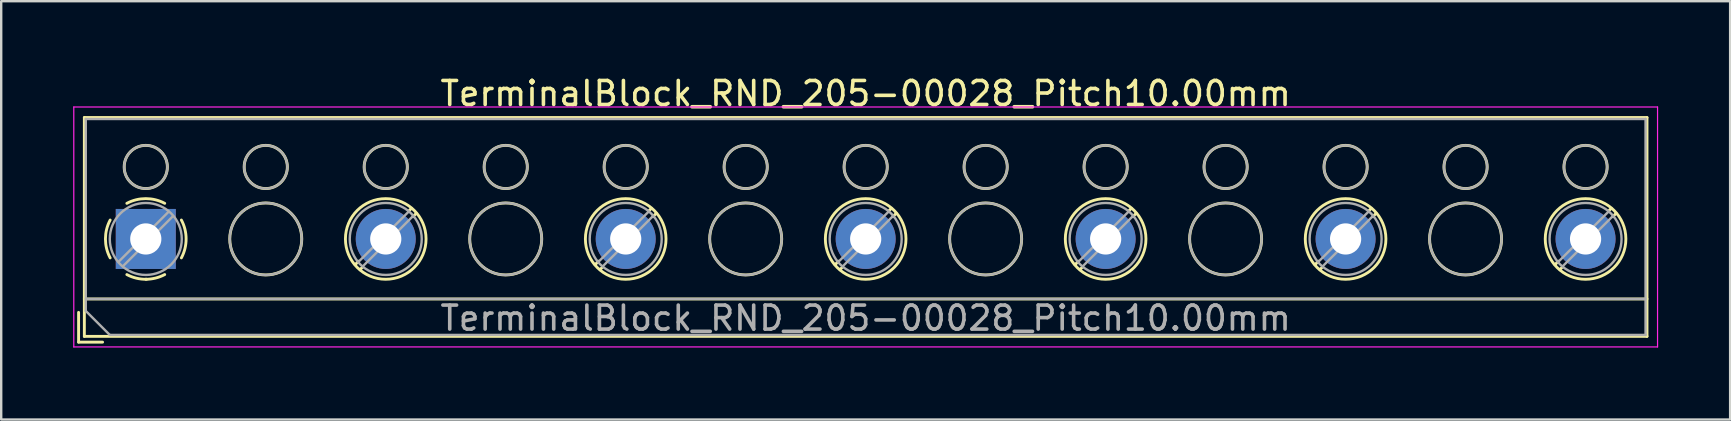
<source format=kicad_pcb>
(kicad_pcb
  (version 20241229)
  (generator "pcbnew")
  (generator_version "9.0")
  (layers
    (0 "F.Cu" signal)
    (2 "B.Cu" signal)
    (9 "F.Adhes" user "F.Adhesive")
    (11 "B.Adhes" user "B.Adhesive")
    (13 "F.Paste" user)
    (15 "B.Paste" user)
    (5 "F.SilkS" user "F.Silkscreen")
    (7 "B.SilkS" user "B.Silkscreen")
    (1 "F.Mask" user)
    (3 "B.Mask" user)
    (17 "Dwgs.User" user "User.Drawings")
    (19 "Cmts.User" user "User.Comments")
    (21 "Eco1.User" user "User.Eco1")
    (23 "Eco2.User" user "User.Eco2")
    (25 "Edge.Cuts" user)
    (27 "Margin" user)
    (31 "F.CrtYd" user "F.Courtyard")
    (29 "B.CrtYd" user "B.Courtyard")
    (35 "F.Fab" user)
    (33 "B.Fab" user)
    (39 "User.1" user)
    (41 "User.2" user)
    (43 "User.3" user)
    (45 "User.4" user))
  (footprint "TerminalBlock_RND_205-00028_Pitch10.00mm"
    (layer "F.Cu")
    (at 3.025 6.908)
    (property "Reference" "TerminalBlock_RND_205-00028_Pitch10.00mm" (at 30 -6.06 0) (layer "F.SilkS") (effects (font (size 1 1) (thickness 0.15))))
    (attr through_hole)
    (fp_line (start -2.8 3.06) (end -2.8 4.3) (stroke (width 0.12) (type solid)) (layer "F.SilkS"))
    (fp_line (start -2.8 4.3) (end -1.8 4.3) (stroke (width 0.12) (type solid)) (layer "F.SilkS"))
    (fp_line (start -2.56 -5.06) (end -2.56 4.06) (stroke (width 0.12) (type solid)) (layer "F.SilkS"))
    (fp_line (start -2.56 2.5) (end 62.56 2.5) (stroke (width 0.12) (type solid)) (layer "F.SilkS"))
    (fp_line (start -2.56 4.06) (end 62.56 4.06) (stroke (width 0.12) (type solid)) (layer "F.SilkS"))
    (fp_line (start 8.867 0.929) (end 8.726 1.069) (stroke (width 0.12) (type solid)) (layer "F.SilkS"))
    (fp_line (start 9.037 1.169) (end 8.931 1.274) (stroke (width 0.12) (type solid)) (layer "F.SilkS"))
    (fp_line (start 11.07 -1.275) (end 10.964 -1.169) (stroke (width 0.12) (type solid)) (layer "F.SilkS"))
    (fp_line (start 11.275 -1.069) (end 11.134 -0.929) (stroke (width 0.12) (type solid)) (layer "F.SilkS"))
    (fp_line (start 18.867 0.929) (end 18.726 1.069) (stroke (width 0.12) (type solid)) (layer "F.SilkS"))
    (fp_line (start 19.037 1.169) (end 18.931 1.274) (stroke (width 0.12) (type solid)) (layer "F.SilkS"))
    (fp_line (start 21.07 -1.275) (end 20.964 -1.169) (stroke (width 0.12) (type solid)) (layer "F.SilkS"))
    (fp_line (start 21.275 -1.069) (end 21.134 -0.929) (stroke (width 0.12) (type solid)) (layer "F.SilkS"))
    (fp_line (start 28.867 0.929) (end 28.726 1.069) (stroke (width 0.12) (type solid)) (layer "F.SilkS"))
    (fp_line (start 29.037 1.169) (end 28.931 1.274) (stroke (width 0.12) (type solid)) (layer "F.SilkS"))
    (fp_line (start 31.07 -1.275) (end 30.964 -1.169) (stroke (width 0.12) (type solid)) (layer "F.SilkS"))
    (fp_line (start 31.275 -1.069) (end 31.134 -0.929) (stroke (width 0.12) (type solid)) (layer "F.SilkS"))
    (fp_line (start 38.867 0.929) (end 38.726 1.069) (stroke (width 0.12) (type solid)) (layer "F.SilkS"))
    (fp_line (start 39.037 1.169) (end 38.931 1.274) (stroke (width 0.12) (type solid)) (layer "F.SilkS"))
    (fp_line (start 41.07 -1.275) (end 40.964 -1.169) (stroke (width 0.12) (type solid)) (layer "F.SilkS"))
    (fp_line (start 41.275 -1.069) (end 41.134 -0.929) (stroke (width 0.12) (type solid)) (layer "F.SilkS"))
    (fp_line (start 48.867 0.929) (end 48.726 1.069) (stroke (width 0.12) (type solid)) (layer "F.SilkS"))
    (fp_line (start 49.037 1.169) (end 48.931 1.274) (stroke (width 0.12) (type solid)) (layer "F.SilkS"))
    (fp_line (start 51.07 -1.275) (end 50.964 -1.169) (stroke (width 0.12) (type solid)) (layer "F.SilkS"))
    (fp_line (start 51.275 -1.069) (end 51.134 -0.929) (stroke (width 0.12) (type solid)) (layer "F.SilkS"))
    (fp_line (start 58.867 0.929) (end 58.726 1.069) (stroke (width 0.12) (type solid)) (layer "F.SilkS"))
    (fp_line (start 59.037 1.169) (end 58.931 1.274) (stroke (width 0.12) (type solid)) (layer "F.SilkS"))
    (fp_line (start 61.07 -1.275) (end 60.964 -1.169) (stroke (width 0.12) (type solid)) (layer "F.SilkS"))
    (fp_line (start 61.275 -1.069) (end 61.134 -0.929) (stroke (width 0.12) (type solid)) (layer "F.SilkS"))
    (fp_line (start 62.56 -5.06) (end -2.56 -5.06) (stroke (width 0.12) (type solid)) (layer "F.SilkS"))
    (fp_line (start 62.56 4.06) (end 62.56 -5.06) (stroke (width 0.12) (type solid)) (layer "F.SilkS"))
    (fp_arc (start -1.483953 0.789089) (mid -1.680708 0.00005) (end -1.484 -0.789) (stroke (width 0.12) (type solid)) (layer "F.SilkS"))
    (fp_arc (start -0.789089 -1.483953) (mid -0.00005 -1.680708) (end 0.789 -1.484) (stroke (width 0.12) (type solid)) (layer "F.SilkS"))
    (fp_arc (start 0.029383 1.68045) (mid -0.392304 1.634281) (end -0.789 1.484) (stroke (width 0.12) (type solid)) (layer "F.SilkS"))
    (fp_arc (start 0.788712 1.483352) (mid 0.406429 1.630097) (end 0 1.68) (stroke (width 0.12) (type solid)) (layer "F.SilkS"))
    (fp_arc (start 1.483953 -0.789089) (mid 1.680708 -0.00005) (end 1.484 0.789) (stroke (width 0.12) (type solid)) (layer "F.SilkS"))
    (fp_circle (center 0 -3) (end 0.9 -3) (stroke (width 0.12) (type solid)) (fill no) (layer "F.SilkS"))
    (fp_circle (center 5 -3) (end 5.9 -3) (stroke (width 0.12) (type solid)) (fill no) (layer "F.SilkS"))
    (fp_circle (center 5 0) (end 6.5 0) (stroke (width 0.12) (type solid)) (fill no) (layer "F.SilkS"))
    (fp_circle (center 10 -3) (end 10.9 -3) (stroke (width 0.12) (type solid)) (fill no) (layer "F.SilkS"))
    (fp_circle (center 10 0) (end 11.68 0) (stroke (width 0.12) (type solid)) (fill no) (layer "F.SilkS"))
    (fp_circle (center 15 -3) (end 15.9 -3) (stroke (width 0.12) (type solid)) (fill no) (layer "F.SilkS"))
    (fp_circle (center 15 0) (end 16.5 0) (stroke (width 0.12) (type solid)) (fill no) (layer "F.SilkS"))
    (fp_circle (center 20 -3) (end 20.9 -3) (stroke (width 0.12) (type solid)) (fill no) (layer "F.SilkS"))
    (fp_circle (center 20 0) (end 21.68 0) (stroke (width 0.12) (type solid)) (fill no) (layer "F.SilkS"))
    (fp_circle (center 25 -3) (end 25.9 -3) (stroke (width 0.12) (type solid)) (fill no) (layer "F.SilkS"))
    (fp_circle (center 25 0) (end 26.5 0) (stroke (width 0.12) (type solid)) (fill no) (layer "F.SilkS"))
    (fp_circle (center 30 -3) (end 30.9 -3) (stroke (width 0.12) (type solid)) (fill no) (layer "F.SilkS"))
    (fp_circle (center 30 0) (end 31.68 0) (stroke (width 0.12) (type solid)) (fill no) (layer "F.SilkS"))
    (fp_circle (center 35 -3) (end 35.9 -3) (stroke (width 0.12) (type solid)) (fill no) (layer "F.SilkS"))
    (fp_circle (center 35 0) (end 36.5 0) (stroke (width 0.12) (type solid)) (fill no) (layer "F.SilkS"))
    (fp_circle (center 40 -3) (end 40.9 -3) (stroke (width 0.12) (type solid)) (fill no) (layer "F.SilkS"))
    (fp_circle (center 40 0) (end 41.68 0) (stroke (width 0.12) (type solid)) (fill no) (layer "F.SilkS"))
    (fp_circle (center 45 -3) (end 45.9 -3) (stroke (width 0.12) (type solid)) (fill no) (layer "F.SilkS"))
    (fp_circle (center 45 0) (end 46.5 0) (stroke (width 0.12) (type solid)) (fill no) (layer "F.SilkS"))
    (fp_circle (center 50 -3) (end 50.9 -3) (stroke (width 0.12) (type solid)) (fill no) (layer "F.SilkS"))
    (fp_circle (center 50 0) (end 51.68 0) (stroke (width 0.12) (type solid)) (fill no) (layer "F.SilkS"))
    (fp_circle (center 55 -3) (end 55.9 -3) (stroke (width 0.12) (type solid)) (fill no) (layer "F.SilkS"))
    (fp_circle (center 55 0) (end 56.5 0) (stroke (width 0.12) (type solid)) (fill no) (layer "F.SilkS"))
    (fp_circle (center 60 -3) (end 60.9 -3) (stroke (width 0.12) (type solid)) (fill no) (layer "F.SilkS"))
    (fp_circle (center 60 0) (end 61.68 0) (stroke (width 0.12) (type solid)) (fill no) (layer "F.SilkS"))
    (fp_line (start -3 -5.5) (end -3 4.5) (stroke (width 0.05) (type solid)) (layer "F.CrtYd"))
    (fp_line (start -3 4.5) (end 63 4.5) (stroke (width 0.05) (type solid)) (layer "F.CrtYd"))
    (fp_line (start 63 -5.5) (end -3 -5.5) (stroke (width 0.05) (type solid)) (layer "F.CrtYd"))
    (fp_line (start 63 4.5) (end 63 -5.5) (stroke (width 0.05) (type solid)) (layer "F.CrtYd"))
    (fp_line (start -2.5 -5) (end 62.5 -5) (stroke (width 0.1) (type solid)) (layer "F.Fab"))
    (fp_line (start -2.5 2.5) (end 62.5 2.5) (stroke (width 0.1) (type solid)) (layer "F.Fab"))
    (fp_line (start -2.5 3) (end -2.5 -5) (stroke (width 0.1) (type solid)) (layer "F.Fab"))
    (fp_line (start -1.5 4) (end -2.5 3) (stroke (width 0.1) (type solid)) (layer "F.Fab"))
    (fp_line (start 0.955 -1.138) (end -1.138 0.955) (stroke (width 0.1) (type solid)) (layer "F.Fab"))
    (fp_line (start 1.138 -0.955) (end -0.955 1.138) (stroke (width 0.1) (type solid)) (layer "F.Fab"))
    (fp_line (start 10.955 -1.138) (end 8.863 0.955) (stroke (width 0.1) (type solid)) (layer "F.Fab"))
    (fp_line (start 11.138 -0.955) (end 9.046 1.138) (stroke (width 0.1) (type solid)) (layer "F.Fab"))
    (fp_line (start 20.955 -1.138) (end 18.863 0.955) (stroke (width 0.1) (type solid)) (layer "F.Fab"))
    (fp_line (start 21.138 -0.955) (end 19.046 1.138) (stroke (width 0.1) (type solid)) (layer "F.Fab"))
    (fp_line (start 30.955 -1.138) (end 28.863 0.955) (stroke (width 0.1) (type solid)) (layer "F.Fab"))
    (fp_line (start 31.138 -0.955) (end 29.046 1.138) (stroke (width 0.1) (type solid)) (layer "F.Fab"))
    (fp_line (start 40.955 -1.138) (end 38.863 0.955) (stroke (width 0.1) (type solid)) (layer "F.Fab"))
    (fp_line (start 41.138 -0.955) (end 39.046 1.138) (stroke (width 0.1) (type solid)) (layer "F.Fab"))
    (fp_line (start 50.955 -1.138) (end 48.863 0.955) (stroke (width 0.1) (type solid)) (layer "F.Fab"))
    (fp_line (start 51.138 -0.955) (end 49.046 1.138) (stroke (width 0.1) (type solid)) (layer "F.Fab"))
    (fp_line (start 60.955 -1.138) (end 58.863 0.955) (stroke (width 0.1) (type solid)) (layer "F.Fab"))
    (fp_line (start 61.138 -0.955) (end 59.046 1.138) (stroke (width 0.1) (type solid)) (layer "F.Fab"))
    (fp_line (start 62.5 -5) (end 62.5 4) (stroke (width 0.1) (type solid)) (layer "F.Fab"))
    (fp_line (start 62.5 4) (end -1.5 4) (stroke (width 0.1) (type solid)) (layer "F.Fab"))
    (fp_circle (center 0 -3) (end 0.9 -3) (stroke (width 0.1) (type solid)) (fill no) (layer "F.Fab"))
    (fp_circle (center 0 0) (end 1.5 0) (stroke (width 0.1) (type solid)) (fill no) (layer "F.Fab"))
    (fp_circle (center 5 -3) (end 5.9 -3) (stroke (width 0.1) (type solid)) (fill no) (layer "F.Fab"))
    (fp_circle (center 5 0) (end 6.5 0) (stroke (width 0.1) (type solid)) (fill no) (layer "F.Fab"))
    (fp_circle (center 10 -3) (end 10.9 -3) (stroke (width 0.1) (type solid)) (fill no) (layer "F.Fab"))
    (fp_circle (center 10 0) (end 11.5 0) (stroke (width 0.1) (type solid)) (fill no) (layer "F.Fab"))
    (fp_circle (center 15 -3) (end 15.9 -3) (stroke (width 0.1) (type solid)) (fill no) (layer "F.Fab"))
    (fp_circle (center 15 0) (end 16.5 0) (stroke (width 0.1) (type solid)) (fill no) (layer "F.Fab"))
    (fp_circle (center 20 -3) (end 20.9 -3) (stroke (width 0.1) (type solid)) (fill no) (layer "F.Fab"))
    (fp_circle (center 20 0) (end 21.5 0) (stroke (width 0.1) (type solid)) (fill no) (layer "F.Fab"))
    (fp_circle (center 25 -3) (end 25.9 -3) (stroke (width 0.1) (type solid)) (fill no) (layer "F.Fab"))
    (fp_circle (center 25 0) (end 26.5 0) (stroke (width 0.1) (type solid)) (fill no) (layer "F.Fab"))
    (fp_circle (center 30 -3) (end 30.9 -3) (stroke (width 0.1) (type solid)) (fill no) (layer "F.Fab"))
    (fp_circle (center 30 0) (end 31.5 0) (stroke (width 0.1) (type solid)) (fill no) (layer "F.Fab"))
    (fp_circle (center 35 -3) (end 35.9 -3) (stroke (width 0.1) (type solid)) (fill no) (layer "F.Fab"))
    (fp_circle (center 35 0) (end 36.5 0) (stroke (width 0.1) (type solid)) (fill no) (layer "F.Fab"))
    (fp_circle (center 40 -3) (end 40.9 -3) (stroke (width 0.1) (type solid)) (fill no) (layer "F.Fab"))
    (fp_circle (center 40 0) (end 41.5 0) (stroke (width 0.1) (type solid)) (fill no) (layer "F.Fab"))
    (fp_circle (center 45 -3) (end 45.9 -3) (stroke (width 0.1) (type solid)) (fill no) (layer "F.Fab"))
    (fp_circle (center 45 0) (end 46.5 0) (stroke (width 0.1) (type solid)) (fill no) (layer "F.Fab"))
    (fp_circle (center 50 -3) (end 50.9 -3) (stroke (width 0.1) (type solid)) (fill no) (layer "F.Fab"))
    (fp_circle (center 50 0) (end 51.5 0) (stroke (width 0.1) (type solid)) (fill no) (layer "F.Fab"))
    (fp_circle (center 55 -3) (end 55.9 -3) (stroke (width 0.1) (type solid)) (fill no) (layer "F.Fab"))
    (fp_circle (center 55 0) (end 56.5 0) (stroke (width 0.1) (type solid)) (fill no) (layer "F.Fab"))
    (fp_circle (center 60 -3) (end 60.9 -3) (stroke (width 0.1) (type solid)) (fill no) (layer "F.Fab"))
    (fp_circle (center 60 0) (end 61.5 0) (stroke (width 0.1) (type solid)) (fill no) (layer "F.Fab"))
    (fp_text user "${REFERENCE}" (at 30 3.3 0) (layer "F.Fab") (effects (font (size 1 1) (thickness 0.15))))
    (pad "1" thru_hole rect (at 0 0) (size 2.5 2.5) (drill 1.3) (layers "*.Cu" "*.Mask"))
    (pad "2" thru_hole oval (at 10 0) (size 2.5 2.5) (drill 1.3) (layers "*.Cu" "*.Mask"))
    (pad "3" thru_hole oval (at 20 0) (size 2.5 2.5) (drill 1.3) (layers "*.Cu" "*.Mask"))
    (pad "4" thru_hole oval (at 30 0) (size 2.5 2.5) (drill 1.3) (layers "*.Cu" "*.Mask"))
    (pad "5" thru_hole oval (at 40 0) (size 2.5 2.5) (drill 1.3) (layers "*.Cu" "*.Mask"))
    (pad "6" thru_hole oval (at 50 0) (size 2.5 2.5) (drill 1.3) (layers "*.Cu" "*.Mask"))
    (pad "7" thru_hole oval (at 60 0) (size 2.5 2.5) (drill 1.3) (layers "*.Cu" "*.Mask")))
  (gr_rect
    (start -3 -3)
    (end 69.05 14.433)
    (stroke (width 0.1) (type default))
    (fill no)
    (layer "Edge.Cuts")))
</source>
